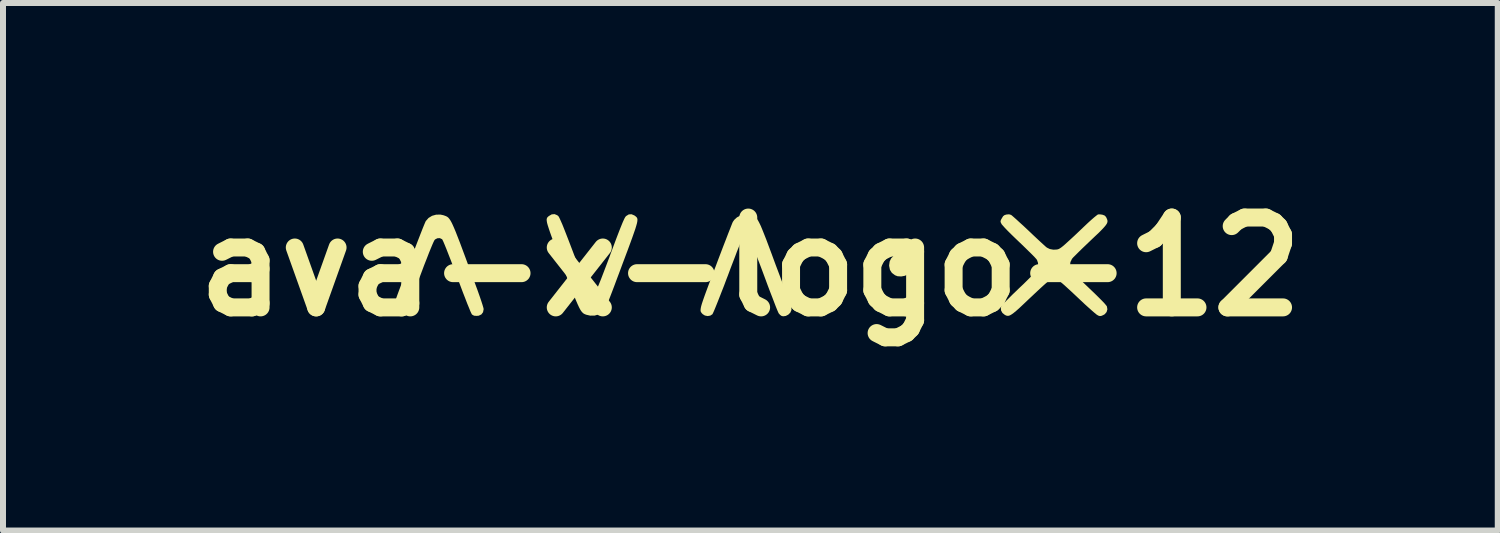
<source format=kicad_pcb>
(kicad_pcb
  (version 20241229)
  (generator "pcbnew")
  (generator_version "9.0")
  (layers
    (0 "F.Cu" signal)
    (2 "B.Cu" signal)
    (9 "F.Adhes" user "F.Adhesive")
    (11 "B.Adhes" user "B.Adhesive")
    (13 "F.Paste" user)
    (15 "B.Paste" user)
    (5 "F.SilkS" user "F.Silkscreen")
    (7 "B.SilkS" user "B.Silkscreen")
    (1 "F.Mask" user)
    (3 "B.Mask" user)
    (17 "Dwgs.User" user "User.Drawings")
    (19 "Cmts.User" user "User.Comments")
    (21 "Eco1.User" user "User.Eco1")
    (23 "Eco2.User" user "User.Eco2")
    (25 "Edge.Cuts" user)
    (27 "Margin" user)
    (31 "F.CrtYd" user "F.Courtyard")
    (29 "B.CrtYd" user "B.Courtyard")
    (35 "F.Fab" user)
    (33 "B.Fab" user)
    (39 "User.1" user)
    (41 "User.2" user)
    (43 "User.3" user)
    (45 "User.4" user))
  (footprint "ava-x-logo-12"
    (layer "F.Cu")
    (at 9.479 1.404)
    (property "Reference" "ava-x-logo-12" (at 0 0 0) (layer "F.SilkS") (effects (font (size 1.5 1.5) (thickness 0.3))))
    (attr board_only exclude_from_pos_files exclude_from_bom)
    (fp_poly (pts (xy 2.59 -0.205) (xy 2.637 -0.178) (xy 2.674 -0.137) (xy 2.698 -0.083) (xy 2.705 -0.042) (xy 2.703 0.021) (xy 2.682 0.072) (xy 2.64 0.117) (xy 2.63 0.125) (xy 2.579 0.151) (xy 2.518 0.162) (xy 2.457 0.158) (xy 2.415 0.142) (xy 2.362 0.102) (xy 2.33 0.052) (xy 2.317 -0.012) (xy 2.316 -0.024) (xy 2.325 -0.088) (xy 2.349 -0.139) (xy 2.387 -0.179) (xy 2.433 -0.205) (xy 2.485 -0.218) (xy 2.539 -0.218)) (stroke (width 0) (type solid)) (fill yes) (layer "F.SilkS"))
    (fp_poly (pts (xy -5.127 -0.861) (xy -5.104 -0.853) (xy -5.083 -0.845) (xy -5.065 -0.836) (xy -5.047 -0.823) (xy -5.03 -0.804) (xy -5.012 -0.779) (xy -4.993 -0.746) (xy -4.972 -0.703) (xy -4.948 -0.649) (xy -4.92 -0.582) (xy -4.888 -0.5) (xy -4.85 -0.403) (xy -4.807 -0.287) (xy -4.757 -0.153) (xy -4.715 -0.039) (xy -4.654 0.125) (xy -4.602 0.267) (xy -4.557 0.389) (xy -4.521 0.491) (xy -4.493 0.573) (xy -4.473 0.635) (xy -4.46 0.679) (xy -4.454 0.705) (xy -4.454 0.708) (xy -4.464 0.759) (xy -4.492 0.796) (xy -4.536 0.817) (xy -4.571 0.82) (xy -4.613 0.817) (xy -4.64 0.803) (xy -4.651 0.794) (xy -4.659 0.778) (xy -4.676 0.742) (xy -4.698 0.687) (xy -4.727 0.617) (xy -4.76 0.531) (xy -4.798 0.434) (xy -4.839 0.325) (xy -4.883 0.208) (xy -4.9 0.164) (xy -4.952 0.024) (xy -4.999 -0.1) (xy -5.041 -0.207) (xy -5.076 -0.297) (xy -5.105 -0.368) (xy -5.127 -0.42) (xy -5.142 -0.451) (xy -5.148 -0.46) (xy -5.185 -0.478) (xy -5.227 -0.476) (xy -5.265 -0.456) (xy -5.267 -0.454) (xy -5.277 -0.441) (xy -5.291 -0.413) (xy -5.31 -0.37) (xy -5.335 -0.31) (xy -5.366 -0.234) (xy -5.403 -0.138) (xy -5.448 -0.024) (xy -5.499 0.112) (xy -5.514 0.152) (xy -5.557 0.265) (xy -5.598 0.372) (xy -5.636 0.471) (xy -5.671 0.56) (xy -5.702 0.637) (xy -5.727 0.699) (xy -5.747 0.745) (xy -5.759 0.772) (xy -5.762 0.777) (xy -5.781 0.803) (xy -5.8 0.816) (xy -5.829 0.82) (xy -5.848 0.82) (xy -5.885 0.818) (xy -5.911 0.809) (xy -5.935 0.786) (xy -5.941 0.779) (xy -5.963 0.749) (xy -5.976 0.72) (xy -5.978 0.712) (xy -5.974 0.696) (xy -5.962 0.66) (xy -5.944 0.607) (xy -5.919 0.539) (xy -5.89 0.458) (xy -5.856 0.367) (xy -5.819 0.267) (xy -5.779 0.161) (xy -5.738 0.051) (xy -5.696 -0.06) (xy -5.654 -0.17) (xy -5.612 -0.278) (xy -5.573 -0.381) (xy -5.536 -0.476) (xy -5.503 -0.561) (xy -5.474 -0.635) (xy -5.45 -0.694) (xy -5.432 -0.737) (xy -5.421 -0.761) (xy -5.419 -0.764) (xy -5.374 -0.815) (xy -5.315 -0.851) (xy -5.247 -0.87) (xy -5.175 -0.871)) (stroke (width 0) (type solid)) (fill yes) (layer "F.SilkS"))
    (fp_poly (pts (xy -3.226 -0.861) (xy -3.207 -0.846) (xy -3.197 -0.831) (xy -3.183 -0.803) (xy -3.164 -0.761) (xy -3.139 -0.704) (xy -3.109 -0.629) (xy -3.073 -0.537) (xy -3.03 -0.426) (xy -2.98 -0.295) (xy -2.948 -0.211) (xy -2.902 -0.091) (xy -2.859 0.021) (xy -2.819 0.121) (xy -2.784 0.21) (xy -2.754 0.284) (xy -2.73 0.342) (xy -2.712 0.383) (xy -2.701 0.403) (xy -2.699 0.405) (xy -2.664 0.419) (xy -2.622 0.419) (xy -2.586 0.405) (xy -2.58 0.401) (xy -2.57 0.385) (xy -2.552 0.347) (xy -2.527 0.287) (xy -2.494 0.206) (xy -2.455 0.104) (xy -2.408 -0.019) (xy -2.354 -0.161) (xy -2.334 -0.217) (xy -2.284 -0.35) (xy -2.242 -0.463) (xy -2.206 -0.557) (xy -2.176 -0.634) (xy -2.151 -0.696) (xy -2.131 -0.745) (xy -2.114 -0.782) (xy -2.101 -0.81) (xy -2.09 -0.829) (xy -2.08 -0.842) (xy -2.075 -0.847) (xy -2.031 -0.874) (xy -1.985 -0.877) (xy -1.937 -0.857) (xy -1.928 -0.85) (xy -1.914 -0.84) (xy -1.902 -0.829) (xy -1.894 -0.818) (xy -1.888 -0.803) (xy -1.886 -0.784) (xy -1.888 -0.759) (xy -1.894 -0.727) (xy -1.906 -0.684) (xy -1.922 -0.631) (xy -1.945 -0.565) (xy -1.973 -0.485) (xy -2.008 -0.389) (xy -2.05 -0.275) (xy -2.1 -0.142) (xy -2.141 -0.033) (xy -2.187 0.091) (xy -2.231 0.208) (xy -2.272 0.318) (xy -2.31 0.418) (xy -2.344 0.506) (xy -2.373 0.58) (xy -2.396 0.638) (xy -2.412 0.679) (xy -2.422 0.701) (xy -2.423 0.703) (xy -2.469 0.757) (xy -2.53 0.794) (xy -2.599 0.815) (xy -2.674 0.816) (xy -2.74 0.801) (xy -2.759 0.794) (xy -2.776 0.786) (xy -2.793 0.775) (xy -2.808 0.76) (xy -2.825 0.74) (xy -2.842 0.713) (xy -2.861 0.677) (xy -2.883 0.63) (xy -2.908 0.572) (xy -2.938 0.501) (xy -2.972 0.414) (xy -3.012 0.311) (xy -3.058 0.19) (xy -3.111 0.049) (xy -3.141 -0.028) (xy -3.197 -0.176) (xy -3.245 -0.303) (xy -3.286 -0.412) (xy -3.32 -0.504) (xy -3.347 -0.58) (xy -3.368 -0.643) (xy -3.384 -0.693) (xy -3.395 -0.733) (xy -3.4 -0.763) (xy -3.402 -0.787) (xy -3.399 -0.805) (xy -3.394 -0.818) (xy -3.385 -0.83) (xy -3.374 -0.84) (xy -3.362 -0.849) (xy -3.317 -0.875) (xy -3.27 -0.879)) (stroke (width 0) (type solid)) (fill yes) (layer "F.SilkS"))
    (fp_poly (pts (xy -0.001 -0.863) (xy 0.007 -0.861) (xy 0.032 -0.852) (xy 0.054 -0.844) (xy 0.074 -0.832) (xy 0.093 -0.817) (xy 0.111 -0.796) (xy 0.13 -0.768) (xy 0.15 -0.73) (xy 0.173 -0.682) (xy 0.199 -0.62) (xy 0.229 -0.545) (xy 0.265 -0.454) (xy 0.306 -0.344) (xy 0.354 -0.216) (xy 0.38 -0.145) (xy 0.422 -0.031) (xy 0.463 0.077) (xy 0.501 0.178) (xy 0.535 0.27) (xy 0.565 0.349) (xy 0.59 0.413) (xy 0.608 0.462) (xy 0.62 0.491) (xy 0.623 0.498) (xy 0.653 0.572) (xy 0.674 0.637) (xy 0.685 0.689) (xy 0.685 0.722) (xy 0.667 0.765) (xy 0.633 0.799) (xy 0.591 0.821) (xy 0.547 0.827) (xy 0.52 0.821) (xy 0.496 0.804) (xy 0.473 0.778) (xy 0.472 0.777) (xy 0.464 0.76) (xy 0.448 0.723) (xy 0.426 0.669) (xy 0.399 0.599) (xy 0.367 0.515) (xy 0.33 0.42) (xy 0.291 0.317) (xy 0.25 0.206) (xy 0.23 0.152) (xy 0.176 0.007) (xy 0.127 -0.12) (xy 0.086 -0.228) (xy 0.051 -0.316) (xy 0.023 -0.384) (xy 0.003 -0.431) (xy -0.01 -0.456) (xy -0.014 -0.46) (xy -0.052 -0.478) (xy -0.095 -0.477) (xy -0.119 -0.468) (xy -0.126 -0.464) (xy -0.132 -0.459) (xy -0.139 -0.451) (xy -0.146 -0.439) (xy -0.156 -0.42) (xy -0.168 -0.394) (xy -0.183 -0.358) (xy -0.202 -0.31) (xy -0.226 -0.25) (xy -0.254 -0.175) (xy -0.289 -0.084) (xy -0.331 0.025) (xy -0.379 0.154) (xy -0.399 0.205) (xy -0.44 0.315) (xy -0.481 0.419) (xy -0.518 0.514) (xy -0.552 0.6) (xy -0.581 0.672) (xy -0.605 0.73) (xy -0.623 0.77) (xy -0.634 0.792) (xy -0.636 0.794) (xy -0.671 0.816) (xy -0.715 0.823) (xy -0.76 0.814) (xy -0.797 0.791) (xy -0.799 0.788) (xy -0.811 0.776) (xy -0.82 0.764) (xy -0.828 0.751) (xy -0.832 0.736) (xy -0.832 0.717) (xy -0.829 0.691) (xy -0.822 0.658) (xy -0.81 0.616) (xy -0.792 0.562) (xy -0.769 0.496) (xy -0.74 0.416) (xy -0.704 0.319) (xy -0.661 0.205) (xy -0.61 0.071) (xy -0.58 -0.007) (xy -0.534 -0.13) (xy -0.489 -0.248) (xy -0.447 -0.358) (xy -0.408 -0.458) (xy -0.374 -0.547) (xy -0.344 -0.623) (xy -0.321 -0.682) (xy -0.304 -0.725) (xy -0.294 -0.748) (xy -0.293 -0.75) (xy -0.269 -0.784) (xy -0.234 -0.817) (xy -0.217 -0.829) (xy -0.148 -0.864) (xy -0.077 -0.875)) (stroke (width 0) (type solid)) (fill yes) (layer "F.SilkS"))
    (fp_poly (pts (xy 4.352 -0.866) (xy 4.368 -0.854) (xy 4.398 -0.828) (xy 4.441 -0.79) (xy 4.493 -0.742) (xy 4.554 -0.687) (xy 4.619 -0.626) (xy 4.649 -0.598) (xy 4.716 -0.534) (xy 4.779 -0.475) (xy 4.836 -0.422) (xy 4.884 -0.378) (xy 4.921 -0.344) (xy 4.945 -0.324) (xy 4.95 -0.32) (xy 4.999 -0.296) (xy 5.058 -0.285) (xy 5.118 -0.288) (xy 5.134 -0.292) (xy 5.149 -0.297) (xy 5.167 -0.307) (xy 5.188 -0.321) (xy 5.215 -0.342) (xy 5.249 -0.371) (xy 5.292 -0.41) (xy 5.346 -0.459) (xy 5.412 -0.52) (xy 5.491 -0.595) (xy 5.576 -0.676) (xy 5.634 -0.731) (xy 5.688 -0.78) (xy 5.735 -0.821) (xy 5.772 -0.851) (xy 5.797 -0.87) (xy 5.805 -0.874) (xy 5.835 -0.875) (xy 5.873 -0.87) (xy 5.881 -0.868) (xy 5.915 -0.855) (xy 5.937 -0.832) (xy 5.948 -0.81) (xy 5.957 -0.788) (xy 5.962 -0.767) (xy 5.961 -0.747) (xy 5.953 -0.724) (xy 5.936 -0.697) (xy 5.909 -0.664) (xy 5.871 -0.623) (xy 5.82 -0.571) (xy 5.754 -0.509) (xy 5.673 -0.432) (xy 5.669 -0.428) (xy 5.601 -0.363) (xy 5.537 -0.302) (xy 5.481 -0.247) (xy 5.433 -0.199) (xy 5.396 -0.163) (xy 5.374 -0.138) (xy 5.369 -0.132) (xy 5.343 -0.078) (xy 5.336 -0.019) (xy 5.347 0.037) (xy 5.359 0.06) (xy 5.374 0.078) (xy 5.404 0.11) (xy 5.446 0.154) (xy 5.499 0.206) (xy 5.56 0.266) (xy 5.626 0.329) (xy 5.661 0.363) (xy 5.74 0.438) (xy 5.808 0.505) (xy 5.865 0.562) (xy 5.909 0.608) (xy 5.938 0.642) (xy 5.952 0.661) (xy 5.952 0.661) (xy 5.96 0.71) (xy 5.947 0.756) (xy 5.915 0.793) (xy 5.888 0.808) (xy 5.857 0.821) (xy 5.834 0.823) (xy 5.81 0.816) (xy 5.799 0.81) (xy 5.78 0.798) (xy 5.747 0.771) (xy 5.702 0.732) (xy 5.647 0.683) (xy 5.585 0.627) (xy 5.519 0.565) (xy 5.485 0.533) (xy 5.417 0.469) (xy 5.353 0.409) (xy 5.295 0.356) (xy 5.246 0.311) (xy 5.208 0.278) (xy 5.183 0.257) (xy 5.177 0.252) (xy 5.129 0.233) (xy 5.07 0.227) (xy 5.012 0.234) (xy 4.963 0.253) (xy 4.955 0.258) (xy 4.937 0.273) (xy 4.904 0.302) (xy 4.859 0.343) (xy 4.804 0.394) (xy 4.742 0.452) (xy 4.676 0.514) (xy 4.643 0.545) (xy 4.561 0.623) (xy 4.494 0.686) (xy 4.439 0.735) (xy 4.395 0.771) (xy 4.36 0.796) (xy 4.332 0.812) (xy 4.308 0.819) (xy 4.287 0.819) (xy 4.267 0.813) (xy 4.246 0.802) (xy 4.208 0.771) (xy 4.185 0.73) (xy 4.181 0.685) (xy 4.191 0.656) (xy 4.203 0.64) (xy 4.231 0.61) (xy 4.271 0.569) (xy 4.322 0.518) (xy 4.381 0.459) (xy 4.447 0.396) (xy 4.489 0.355) (xy 4.558 0.29) (xy 4.621 0.228) (xy 4.678 0.171) (xy 4.725 0.123) (xy 4.76 0.085) (xy 4.782 0.06) (xy 4.788 0.051) (xy 4.804 -0.005) (xy 4.802 -0.064) (xy 4.785 -0.114) (xy 4.772 -0.131) (xy 4.744 -0.162) (xy 4.703 -0.204) (xy 4.651 -0.255) (xy 4.591 -0.314) (xy 4.526 -0.377) (xy 4.489 -0.412) (xy 4.417 -0.481) (xy 4.351 -0.545) (xy 4.294 -0.602) (xy 4.247 -0.651) (xy 4.214 -0.688) (xy 4.194 -0.711) (xy 4.192 -0.716) (xy 4.179 -0.742) (xy 4.176 -0.761) (xy 4.183 -0.783) (xy 4.198 -0.81) (xy 4.219 -0.844) (xy 4.242 -0.862) (xy 4.274 -0.872) (xy 4.318 -0.876)) (stroke (width 0) (type solid)) (fill yes) (layer "F.SilkS")))
  (gr_rect
    (start -3 -3)
    (end 21.957 5.808)
    (stroke (width 0.1) (type default))
    (fill no)
    (layer "Edge.Cuts")))
</source>
